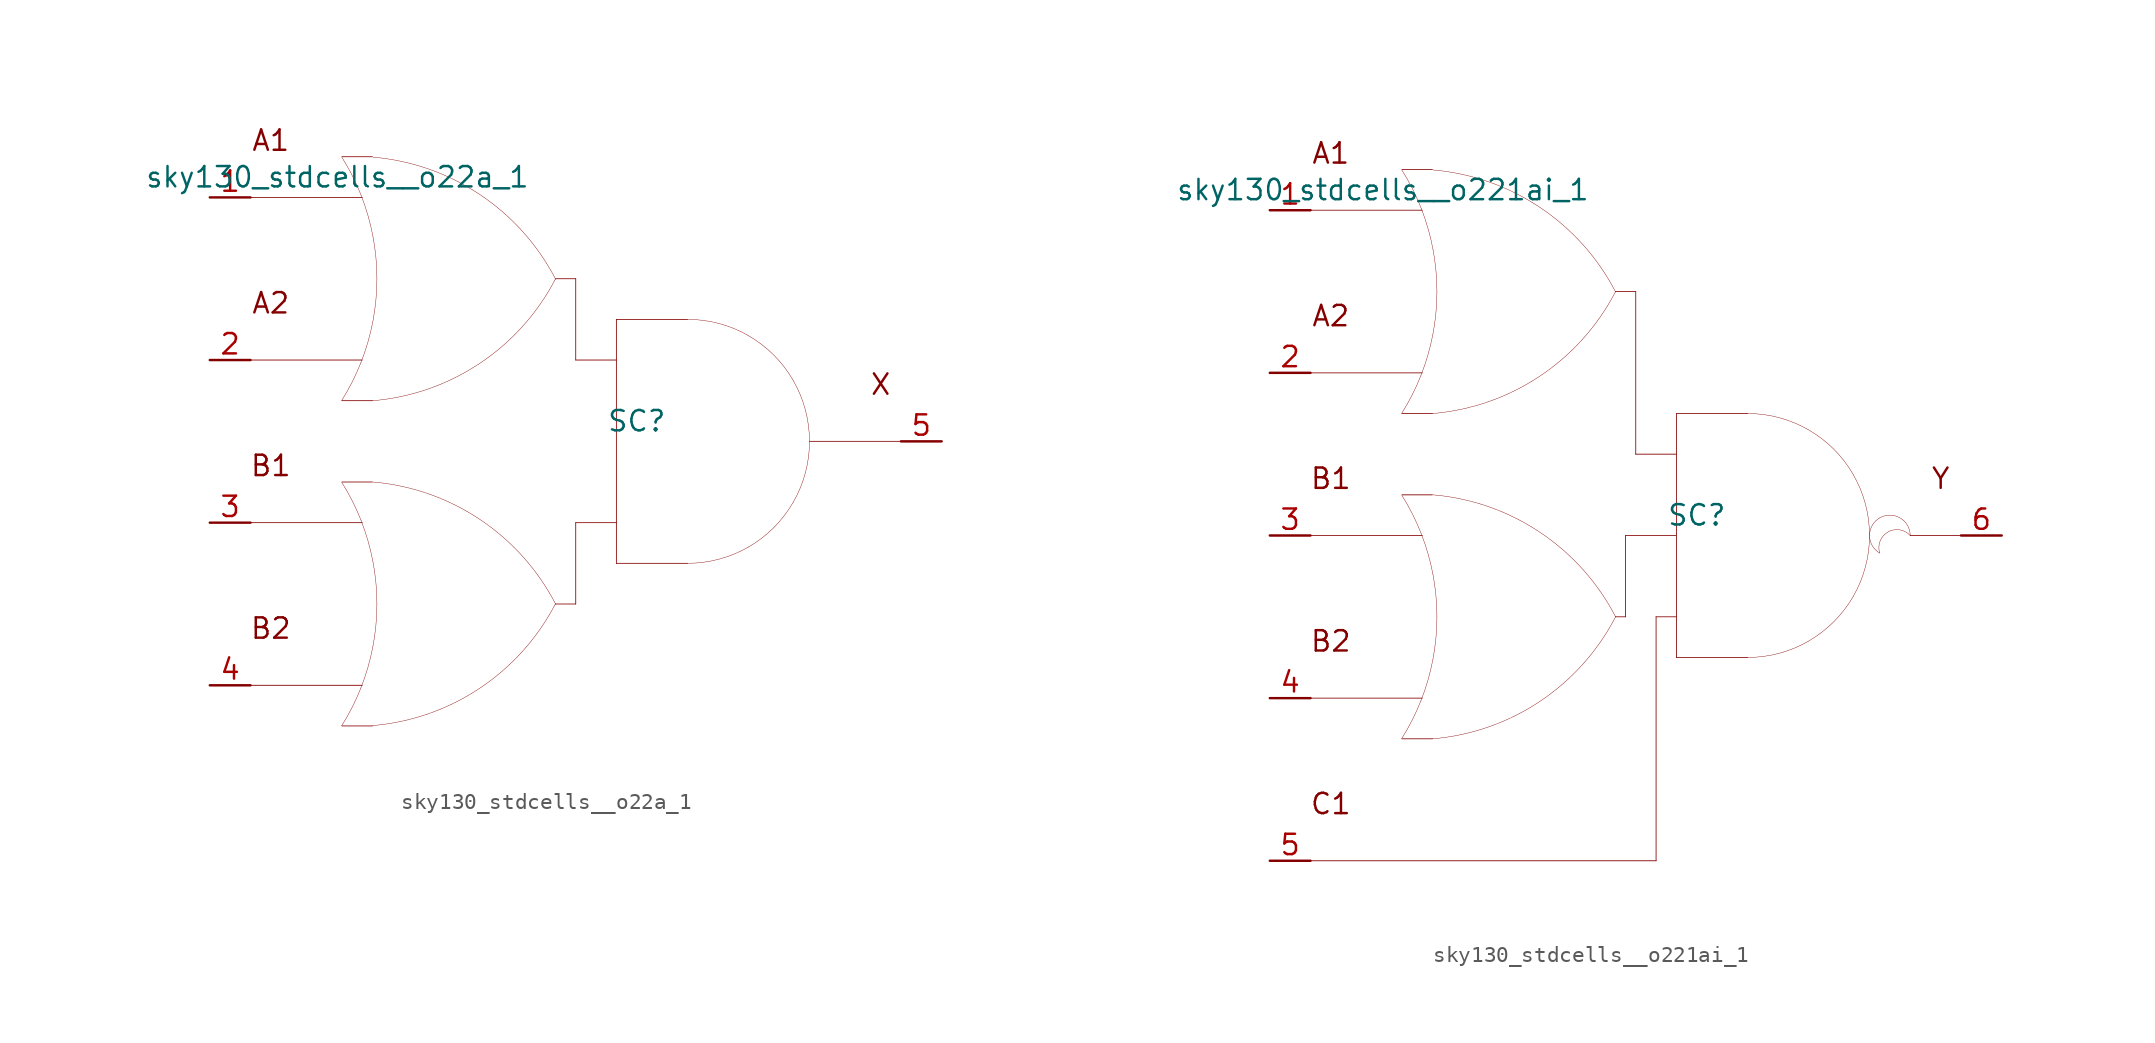
<source format=kicad_sym>
(kicad_symbol_lib
  (version 20211014)
  (generator kicad_symbol_editor)
  (symbol "sky130_stdcells__o22a_1"
    (pin_names hide)
    (property "Reference" "SC"
      (at 3.81 1.27 0)
      (effects (font (size 1.27 1.27))))
    (property "Value" "sky130_stdcells__o22a_1"
      (at -2.845 16.51 0)
      (effects (font (size 1.27 1.27)) (justify right)))
    (symbol "sky130_stdcells__o22a_1_0_0"
      (arc (start -14.6255 -17.7742) (mid -13.968 -16.618) (end -13.4212 -15.4056) (stroke (width 0.0254) (type default) (color 0 0 0 0)) (fill (type none)))
      (arc (start -14.6255 2.5458) (mid -13.968 3.702) (end -13.4212 4.9144) (stroke (width 0.0254) (type default) (color 0 0 0 0)) (fill (type none)))
      (arc (start -13.4212 -15.4056) (mid -12.9863 -14.1355) (end -12.673 -12.8301) (stroke (width 0.0254) (type default) (color 0 0 0 0)) (fill (type none)))
      (arc (start -13.4212 4.9144) (mid -12.9863 6.1845) (end -12.673 7.4899) (stroke (width 0.0254) (type default) (color 0 0 0 0)) (fill (type none)))
      (arc (start -13.403 -4.9607) (mid -13.9512 -3.7352) (end -14.6123 -2.5668) (stroke (width 0.0254) (type default) (color 0 0 0 0)) (fill (type none)))
      (arc (start -13.403 15.3593) (mid -13.9512 16.5848) (end -14.6123 17.7532) (stroke (width 0.0254) (type default) (color 0 0 0 0)) (fill (type none)))
      (arc (start -12.705 -17.7577) (mid -6.011 -15.4332) (end -1.2741 -10.163) (stroke (width 0.0254) (type default) (color 0 0 0 0)) (fill (type none)))
      (arc (start -12.705 2.5369) (mid -6.011 4.8614) (end -1.2741 10.1316) (stroke (width 0.0254) (type default) (color 0 0 0 0)) (fill (type none)))
      (arc (start -12.673 -12.8301) (mid -12.4838 -11.501) (end -12.4206 -10.16) (stroke (width 0.0254) (type default) (color 0 0 0 0)) (fill (type none)))
      (arc (start -12.673 7.4899) (mid -12.4838 8.819) (end -12.4206 10.16) (stroke (width 0.0254) (type default) (color 0 0 0 0)) (fill (type none)))
      (arc (start -12.6684 -7.5144) (mid -12.9761 -6.2204) (end -13.403 -4.9607) (stroke (width 0.0254) (type default) (color 0 0 0 0)) (fill (type none)))
      (arc (start -12.6684 12.8056) (mid -12.9761 14.0996) (end -13.403 15.3593) (stroke (width 0.0254) (type default) (color 0 0 0 0)) (fill (type none)))
      (arc (start -12.4206 -10.16) (mid -12.4827 -8.8314) (end -12.6684 -7.5144) (stroke (width 0.0254) (type default) (color 0 0 0 0)) (fill (type none)))
      (arc (start -12.4206 10.16) (mid -12.4827 11.4886) (end -12.6684 12.8056) (stroke (width 0.0254) (type default) (color 0 0 0 0)) (fill (type none)))
      (arc (start -1.2513 -10.1756) (mid -5.9698 -4.889) (end -12.6556 -2.5411) (stroke (width 0.0254) (type default) (color 0 0 0 0)) (fill (type none)))
      (arc (start -1.2513 10.119) (mid -5.9698 15.4056) (end -12.6556 17.7535) (stroke (width 0.0254) (type default) (color 0 0 0 0)) (fill (type none)))
      (polyline (pts (xy -20.32 -15.24) (xy -13.335 -15.24)) (stroke (width 0.051) (type default) (color 0 0 0 0)) (fill (type none)))
      (polyline (pts (xy -20.32 -5.08) (xy -13.335 -5.08)) (stroke (width 0.051) (type default) (color 0 0 0 0)) (fill (type none)))
      (polyline (pts (xy -20.32 5.08) (xy -13.335 5.08)) (stroke (width 0.051) (type default) (color 0 0 0 0)) (fill (type none)))
      (polyline (pts (xy -20.32 15.24) (xy -13.335 15.24)) (stroke (width 0.051) (type default) (color 0 0 0 0)) (fill (type none)))
      (polyline (pts (xy -14.605 -17.78) (xy -12.7 -17.78)) (stroke (width 0.051) (type default) (color 0 0 0 0)) (fill (type none)))
      (polyline (pts (xy -14.605 -2.54) (xy -12.7 -2.54)) (stroke (width 0.051) (type default) (color 0 0 0 0)) (fill (type none)))
      (polyline (pts (xy -14.605 2.54) (xy -12.7 2.54)) (stroke (width 0.051) (type default) (color 0 0 0 0)) (fill (type none)))
      (polyline (pts (xy -14.605 17.78) (xy -12.7 17.78)) (stroke (width 0.051) (type default) (color 0 0 0 0)) (fill (type none)))
      (polyline (pts (xy -1.27 -10.16) (xy 0 -10.16)) (stroke (width 0.051) (type default) (color 0 0 0 0)) (fill (type none)))
      (polyline (pts (xy -1.27 10.16) (xy 0 10.16)) (stroke (width 0.051) (type default) (color 0 0 0 0)) (fill (type none)))
      (polyline (pts (xy 0 -5.08) (xy 0 -10.16)) (stroke (width 0.051) (type default) (color 0 0 0 0)) (fill (type none)))
      (polyline (pts (xy 0 -5.08) (xy 2.54 -5.08)) (stroke (width 0.051) (type default) (color 0 0 0 0)) (fill (type none)))
      (polyline (pts (xy 0 5.08) (xy 2.54 5.08)) (stroke (width 0.051) (type default) (color 0 0 0 0)) (fill (type none)))
      (polyline (pts (xy 0 10.16) (xy 0 5.08)) (stroke (width 0.051) (type default) (color 0 0 0 0)) (fill (type none)))
      (polyline (pts (xy 2.54 -7.62) (xy 6.985 -7.62)) (stroke (width 0.051) (type default) (color 0 0 0 0)) (fill (type none)))
      (polyline (pts (xy 2.54 7.62) (xy 2.54 -7.62)) (stroke (width 0.051) (type default) (color 0 0 0 0)) (fill (type none)))
      (polyline (pts (xy 2.54 7.62) (xy 6.985 7.62)) (stroke (width 0.051) (type default) (color 0 0 0 0)) (fill (type none)))
      (polyline (pts (xy 14.605 0) (xy 20.32 0)) (stroke (width 0.051) (type default) (color 0 0 0 0)) (fill (type none)))
      (arc (start 6.985 -7.62) (mid 8.9572 -7.3604) (end 10.795 -6.5991) (stroke (width 0.0254) (type default) (color 0 0 0 0)) (fill (type none)))
      (arc (start 10.795 -6.5991) (mid 12.3731 -5.3881) (end 13.5841 -3.81) (stroke (width 0.0254) (type default) (color 0 0 0 0)) (fill (type none)))
      (arc (start 10.795 6.5991) (mid 8.9572 7.3603) (end 6.985 7.62) (stroke (width 0.0254) (type default) (color 0 0 0 0)) (fill (type none)))
      (arc (start 13.5841 -3.81) (mid 14.3453 -1.9722) (end 14.605 0) (stroke (width 0.0254) (type default) (color 0 0 0 0)) (fill (type none)))
      (arc (start 13.5841 3.81) (mid 12.3731 5.3881) (end 10.795 6.5991) (stroke (width 0.0254) (type default) (color 0 0 0 0)) (fill (type none)))
      (arc (start 14.605 0) (mid 14.3454 1.9722) (end 13.5841 3.81) (stroke (width 0.0254) (type default) (color 0 0 0 0)) (fill (type none)))
      (text "A1" (at -19.05 18.796 0) (effects (font (size 1.27 1.27))))
      (text "A2" (at -19.05 8.636 0) (effects (font (size 1.27 1.27))))
      (text "B1" (at -19.05 -1.524 0) (effects (font (size 1.27 1.27))))
      (text "B2" (at -19.05 -11.684 0) (effects (font (size 1.27 1.27))))
      (text "X" (at 19.05 3.556 0) (effects (font (size 1.27 1.27)))))
    (symbol "sky130_stdcells__o22a_1_1_1"
      (pin input line (at -22.86 15.24 0) (length 2.54) (name "A1" (effects (font (size 1.092 1.092)))) (number "1" (effects (font (size 1.27 1.27)))))
      (pin input line (at -22.86 5.08 0) (length 2.54) (name "A2" (effects (font (size 1.092 1.092)))) (number "2" (effects (font (size 1.27 1.27)))))
      (pin input line (at -22.86 -5.08 0) (length 2.54) (name "B1" (effects (font (size 1.092 1.092)))) (number "3" (effects (font (size 1.27 1.27)))))
      (pin input line (at -22.86 -15.24 0) (length 2.54) (name "B2" (effects (font (size 1.092 1.092)))) (number "4" (effects (font (size 1.27 1.27)))))
      (pin output line (at 22.86 0 180) (length 2.54) (name "X" (effects (font (size 1.092 1.092)))) (number "5" (effects (font (size 1.27 1.27)))))))
  (symbol "sky130_stdcells__o221ai_1"
    (pin_names hide)
    (property "Reference" "SC"
      (at 3.81 1.27 0)
      (effects (font (size 1.27 1.27))))
    (property "Value" "sky130_stdcells__o221ai_1"
      (at -2.845 21.59 0)
      (effects (font (size 1.27 1.27)) (justify right)))
    (symbol "sky130_stdcells__o221ai_1_0_0"
      (arc (start -14.6255 -12.6942) (mid -13.968 -11.538) (end -13.4212 -10.3256) (stroke (width 0.0254) (type default) (color 0 0 0 0)) (fill (type none)))
      (arc (start -14.6255 7.6258) (mid -13.968 8.782) (end -13.4212 9.9944) (stroke (width 0.0254) (type default) (color 0 0 0 0)) (fill (type none)))
      (arc (start -13.4212 -10.3256) (mid -12.9863 -9.0555) (end -12.673 -7.7501) (stroke (width 0.0254) (type default) (color 0 0 0 0)) (fill (type none)))
      (arc (start -13.4212 9.9944) (mid -12.9863 11.2645) (end -12.673 12.5699) (stroke (width 0.0254) (type default) (color 0 0 0 0)) (fill (type none)))
      (arc (start -13.403 0.1193) (mid -13.9512 1.3448) (end -14.6123 2.5132) (stroke (width 0.0254) (type default) (color 0 0 0 0)) (fill (type none)))
      (arc (start -13.403 20.4393) (mid -13.9512 21.6648) (end -14.6123 22.8332) (stroke (width 0.0254) (type default) (color 0 0 0 0)) (fill (type none)))
      (arc (start -12.705 -12.7031) (mid -6.011 -10.3786) (end -1.2741 -5.1084) (stroke (width 0.0254) (type default) (color 0 0 0 0)) (fill (type none)))
      (arc (start -12.705 7.6169) (mid -6.011 9.9414) (end -1.2741 15.2116) (stroke (width 0.0254) (type default) (color 0 0 0 0)) (fill (type none)))
      (arc (start -12.673 -7.7501) (mid -12.4838 -6.421) (end -12.4206 -5.08) (stroke (width 0.0254) (type default) (color 0 0 0 0)) (fill (type none)))
      (arc (start -12.673 12.5699) (mid -12.4838 13.899) (end -12.4206 15.24) (stroke (width 0.0254) (type default) (color 0 0 0 0)) (fill (type none)))
      (arc (start -12.6684 -2.4344) (mid -12.9761 -1.1404) (end -13.403 0.1193) (stroke (width 0.0254) (type default) (color 0 0 0 0)) (fill (type none)))
      (arc (start -12.6684 17.8856) (mid -12.9761 19.1796) (end -13.403 20.4393) (stroke (width 0.0254) (type default) (color 0 0 0 0)) (fill (type none)))
      (arc (start -12.4206 -5.08) (mid -12.4827 -3.7514) (end -12.6684 -2.4344) (stroke (width 0.0254) (type default) (color 0 0 0 0)) (fill (type none)))
      (arc (start -12.4206 15.24) (mid -12.4827 16.5686) (end -12.6684 17.8856) (stroke (width 0.0254) (type default) (color 0 0 0 0)) (fill (type none)))
      (arc (start -1.2513 -5.0956) (mid -5.9698 0.191) (end -12.6556 2.5389) (stroke (width 0.0254) (type default) (color 0 0 0 0)) (fill (type none)))
      (arc (start -1.2513 15.199) (mid -5.9698 20.4856) (end -12.6556 22.8335) (stroke (width 0.0254) (type default) (color 0 0 0 0)) (fill (type none)))
      (polyline (pts (xy -20.32 -20.32) (xy 1.27 -20.32)) (stroke (width 0.051) (type default) (color 0 0 0 0)) (fill (type none)))
      (polyline (pts (xy -20.32 -10.16) (xy -13.335 -10.16)) (stroke (width 0.051) (type default) (color 0 0 0 0)) (fill (type none)))
      (polyline (pts (xy -20.32 0) (xy -13.335 0)) (stroke (width 0.051) (type default) (color 0 0 0 0)) (fill (type none)))
      (polyline (pts (xy -20.32 10.16) (xy -13.335 10.16)) (stroke (width 0.051) (type default) (color 0 0 0 0)) (fill (type none)))
      (polyline (pts (xy -20.32 20.32) (xy -13.335 20.32)) (stroke (width 0.051) (type default) (color 0 0 0 0)) (fill (type none)))
      (polyline (pts (xy -14.605 -12.7) (xy -12.7 -12.7)) (stroke (width 0.051) (type default) (color 0 0 0 0)) (fill (type none)))
      (polyline (pts (xy -14.605 2.54) (xy -12.7 2.54)) (stroke (width 0.051) (type default) (color 0 0 0 0)) (fill (type none)))
      (polyline (pts (xy -14.605 7.62) (xy -12.7 7.62)) (stroke (width 0.051) (type default) (color 0 0 0 0)) (fill (type none)))
      (polyline (pts (xy -14.605 22.86) (xy -12.7 22.86)) (stroke (width 0.051) (type default) (color 0 0 0 0)) (fill (type none)))
      (polyline (pts (xy -1.27 -5.08) (xy -0.635 -5.08)) (stroke (width 0.051) (type default) (color 0 0 0 0)) (fill (type none)))
      (polyline (pts (xy -1.27 15.24) (xy 0 15.24)) (stroke (width 0.051) (type default) (color 0 0 0 0)) (fill (type none)))
      (polyline (pts (xy -0.635 0) (xy -0.635 -5.08)) (stroke (width 0.051) (type default) (color 0 0 0 0)) (fill (type none)))
      (polyline (pts (xy -0.635 0) (xy 2.515 0)) (stroke (width 0.051) (type default) (color 0 0 0 0)) (fill (type none)))
      (polyline (pts (xy 0 5.08) (xy 2.54 5.08)) (stroke (width 0.051) (type default) (color 0 0 0 0)) (fill (type none)))
      (polyline (pts (xy 0 15.24) (xy 0 5.08)) (stroke (width 0.051) (type default) (color 0 0 0 0)) (fill (type none)))
      (polyline (pts (xy 1.27 -5.08) (xy 1.27 -20.32)) (stroke (width 0.051) (type default) (color 0 0 0 0)) (fill (type none)))
      (polyline (pts (xy 1.27 -5.08) (xy 2.54 -5.08)) (stroke (width 0.051) (type default) (color 0 0 0 0)) (fill (type none)))
      (polyline (pts (xy 2.54 -7.62) (xy 6.985 -7.62)) (stroke (width 0.051) (type default) (color 0 0 0 0)) (fill (type none)))
      (polyline (pts (xy 2.54 7.62) (xy 2.54 -7.62)) (stroke (width 0.051) (type default) (color 0 0 0 0)) (fill (type none)))
      (polyline (pts (xy 2.54 7.62) (xy 6.985 7.62)) (stroke (width 0.051) (type default) (color 0 0 0 0)) (fill (type none)))
      (polyline (pts (xy 17.145 0) (xy 20.32 0)) (stroke (width 0.051) (type default) (color 0 0 0 0)) (fill (type none)))
      (arc (start 6.985 -7.62) (mid 8.9572 -7.3604) (end 10.795 -6.5991) (stroke (width 0.0254) (type default) (color 0 0 0 0)) (fill (type none)))
      (arc (start 10.795 -6.5991) (mid 12.3731 -5.3881) (end 13.5841 -3.81) (stroke (width 0.0254) (type default) (color 0 0 0 0)) (fill (type none)))
      (arc (start 10.795 6.5991) (mid 8.9572 7.3603) (end 6.985 7.62) (stroke (width 0.0254) (type default) (color 0 0 0 0)) (fill (type none)))
      (arc (start 13.5841 -3.81) (mid 14.3453 -1.9722) (end 14.605 0) (stroke (width 0.0254) (type default) (color 0 0 0 0)) (fill (type none)))
      (arc (start 13.5841 3.81) (mid 12.3731 5.3881) (end 10.795 6.5991) (stroke (width 0.0254) (type default) (color 0 0 0 0)) (fill (type none)))
      (arc (start 14.605 0) (mid 14.3454 1.9722) (end 13.5841 3.81) (stroke (width 0.0254) (type default) (color 0 0 0 0)) (fill (type none)))
      (arc (start 15.24 1.0999) (mid 14.605 0) (end 15.24 -1.0999) (stroke (width 0.0254) (type default) (color 0 0 0 0)) (fill (type none)))
      (arc (start 17.145 0) (mid 15.2881 0.4743) (end 15.24 -1.0999) (stroke (width 0.0254) (type default) (color 0 0 0 0)) (fill (type none)))
      (arc (start 17.145 0) (mid 16.51 1.0998) (end 15.24 1.0999) (stroke (width 0.0254) (type default) (color 0 0 0 0)) (fill (type none)))
      (text "A1" (at -19.05 23.876 0) (effects (font (size 1.27 1.27))))
      (text "A2" (at -19.05 13.716 0) (effects (font (size 1.27 1.27))))
      (text "B1" (at -19.05 3.556 0) (effects (font (size 1.27 1.27))))
      (text "B2" (at -19.05 -6.604 0) (effects (font (size 1.27 1.27))))
      (text "C1" (at -19.05 -16.764 0) (effects (font (size 1.27 1.27))))
      (text "Y" (at 19.05 3.556 0) (effects (font (size 1.27 1.27)))))
    (symbol "sky130_stdcells__o221ai_1_1_1"
      (pin input line (at -22.86 20.32 0) (length 2.54) (name "A1" (effects (font (size 1.092 1.092)))) (number "1" (effects (font (size 1.27 1.27)))))
      (pin input line (at -22.86 10.16 0) (length 2.54) (name "A2" (effects (font (size 1.092 1.092)))) (number "2" (effects (font (size 1.27 1.27)))))
      (pin input line (at -22.86 0 0) (length 2.54) (name "B1" (effects (font (size 1.092 1.092)))) (number "3" (effects (font (size 1.27 1.27)))))
      (pin input line (at -22.86 -10.16 0) (length 2.54) (name "B2" (effects (font (size 1.092 1.092)))) (number "4" (effects (font (size 1.27 1.27)))))
      (pin input line (at -22.86 -20.32 0) (length 2.54) (name "C1" (effects (font (size 1.092 1.092)))) (number "5" (effects (font (size 1.27 1.27)))))
      (pin output line (at 22.86 0 180) (length 2.54) (name "Y" (effects (font (size 1.092 1.092)))) (number "6" (effects (font (size 1.27 1.27))))))))
</source>
